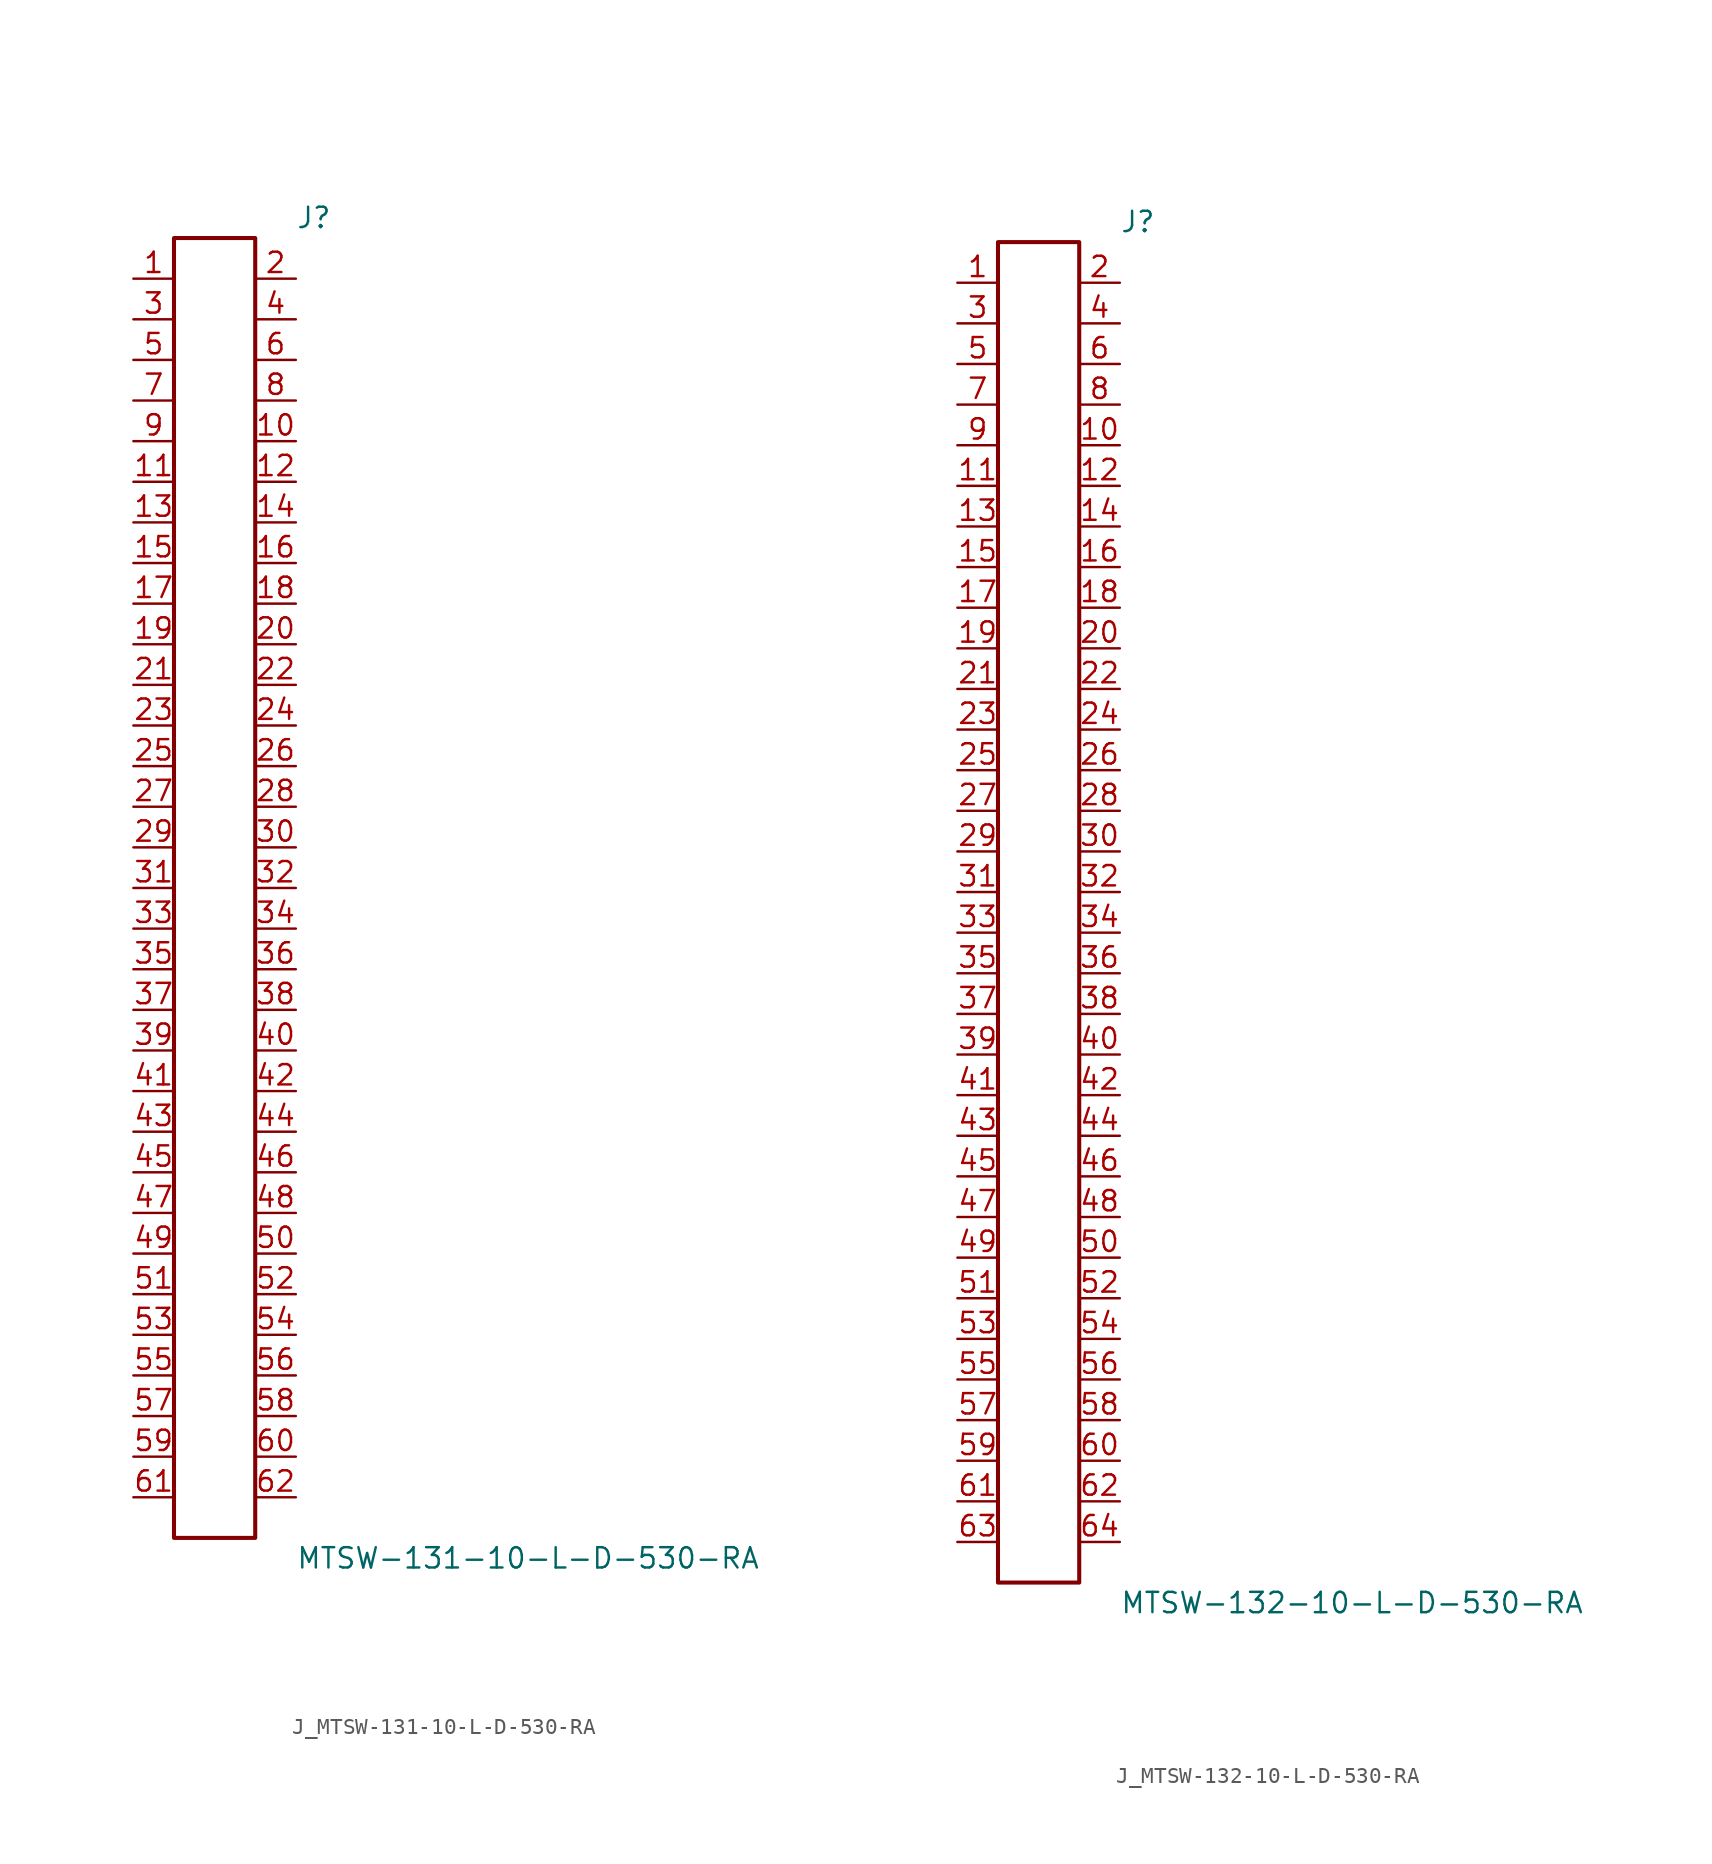
<source format=kicad_sym>
(kicad_symbol_lib
  (version 20231120)
  (generator kicad_symbol_editor)
  (generator_version 8.0)
  (symbol "J_MTSW-131-10-L-D-530-RA"
    (pin_names
      (offset 0.254))
    (property "Reference" "J"
      (at 5.08 41.91 0)
      (effects (font (size 1.27 1.27)) (justify left)))
    (property "Value" "MTSW-131-10-L-D-530-RA"
      (at 5.08 -41.91 0)
      (effects (font (size 1.27 1.27)) (justify left)))
    (symbol "J_MTSW-131-10-L-D-530-RA_0_0"
      (pin passive line (at -5.08 38.1 0) (length 2.54) (name "" (effects (font (size 1.27 1.27)))) (number "1" (effects (font (size 1.27 1.27)))))
      (pin passive line (at 5.08 38.1 180) (length 2.54) (name "" (effects (font (size 1.27 1.27)))) (number "2" (effects (font (size 1.27 1.27)))))
      (pin passive line (at -5.08 35.56 0) (length 2.54) (name "" (effects (font (size 1.27 1.27)))) (number "3" (effects (font (size 1.27 1.27)))))
      (pin passive line (at 5.08 35.56 180) (length 2.54) (name "" (effects (font (size 1.27 1.27)))) (number "4" (effects (font (size 1.27 1.27)))))
      (pin passive line (at -5.08 33.02 0) (length 2.54) (name "" (effects (font (size 1.27 1.27)))) (number "5" (effects (font (size 1.27 1.27)))))
      (pin passive line (at 5.08 33.02 180) (length 2.54) (name "" (effects (font (size 1.27 1.27)))) (number "6" (effects (font (size 1.27 1.27)))))
      (pin passive line (at -5.08 30.48 0) (length 2.54) (name "" (effects (font (size 1.27 1.27)))) (number "7" (effects (font (size 1.27 1.27)))))
      (pin passive line (at 5.08 30.48 180) (length 2.54) (name "" (effects (font (size 1.27 1.27)))) (number "8" (effects (font (size 1.27 1.27)))))
      (pin passive line (at -5.08 27.94 0) (length 2.54) (name "" (effects (font (size 1.27 1.27)))) (number "9" (effects (font (size 1.27 1.27)))))
      (pin passive line (at 5.08 27.94 180) (length 2.54) (name "" (effects (font (size 1.27 1.27)))) (number "10" (effects (font (size 1.27 1.27)))))
      (pin passive line (at -5.08 25.4 0) (length 2.54) (name "" (effects (font (size 1.27 1.27)))) (number "11" (effects (font (size 1.27 1.27)))))
      (pin passive line (at 5.08 25.4 180) (length 2.54) (name "" (effects (font (size 1.27 1.27)))) (number "12" (effects (font (size 1.27 1.27)))))
      (pin passive line (at -5.08 22.86 0) (length 2.54) (name "" (effects (font (size 1.27 1.27)))) (number "13" (effects (font (size 1.27 1.27)))))
      (pin passive line (at 5.08 22.86 180) (length 2.54) (name "" (effects (font (size 1.27 1.27)))) (number "14" (effects (font (size 1.27 1.27)))))
      (pin passive line (at -5.08 20.32 0) (length 2.54) (name "" (effects (font (size 1.27 1.27)))) (number "15" (effects (font (size 1.27 1.27)))))
      (pin passive line (at 5.08 20.32 180) (length 2.54) (name "" (effects (font (size 1.27 1.27)))) (number "16" (effects (font (size 1.27 1.27)))))
      (pin passive line (at -5.08 17.78 0) (length 2.54) (name "" (effects (font (size 1.27 1.27)))) (number "17" (effects (font (size 1.27 1.27)))))
      (pin passive line (at 5.08 17.78 180) (length 2.54) (name "" (effects (font (size 1.27 1.27)))) (number "18" (effects (font (size 1.27 1.27)))))
      (pin passive line (at -5.08 15.24 0) (length 2.54) (name "" (effects (font (size 1.27 1.27)))) (number "19" (effects (font (size 1.27 1.27)))))
      (pin passive line (at 5.08 15.24 180) (length 2.54) (name "" (effects (font (size 1.27 1.27)))) (number "20" (effects (font (size 1.27 1.27)))))
      (pin passive line (at -5.08 12.7 0) (length 2.54) (name "" (effects (font (size 1.27 1.27)))) (number "21" (effects (font (size 1.27 1.27)))))
      (pin passive line (at 5.08 12.7 180) (length 2.54) (name "" (effects (font (size 1.27 1.27)))) (number "22" (effects (font (size 1.27 1.27)))))
      (pin passive line (at -5.08 10.16 0) (length 2.54) (name "" (effects (font (size 1.27 1.27)))) (number "23" (effects (font (size 1.27 1.27)))))
      (pin passive line (at 5.08 10.16 180) (length 2.54) (name "" (effects (font (size 1.27 1.27)))) (number "24" (effects (font (size 1.27 1.27)))))
      (pin passive line (at -5.08 7.62 0) (length 2.54) (name "" (effects (font (size 1.27 1.27)))) (number "25" (effects (font (size 1.27 1.27)))))
      (pin passive line (at 5.08 7.62 180) (length 2.54) (name "" (effects (font (size 1.27 1.27)))) (number "26" (effects (font (size 1.27 1.27)))))
      (pin passive line (at -5.08 5.08 0) (length 2.54) (name "" (effects (font (size 1.27 1.27)))) (number "27" (effects (font (size 1.27 1.27)))))
      (pin passive line (at 5.08 5.08 180) (length 2.54) (name "" (effects (font (size 1.27 1.27)))) (number "28" (effects (font (size 1.27 1.27)))))
      (pin passive line (at -5.08 2.54 0) (length 2.54) (name "" (effects (font (size 1.27 1.27)))) (number "29" (effects (font (size 1.27 1.27)))))
      (pin passive line (at 5.08 2.54 180) (length 2.54) (name "" (effects (font (size 1.27 1.27)))) (number "30" (effects (font (size 1.27 1.27)))))
      (pin passive line (at -5.08 0.0 0) (length 2.54) (name "" (effects (font (size 1.27 1.27)))) (number "31" (effects (font (size 1.27 1.27)))))
      (pin passive line (at 5.08 0.0 180) (length 2.54) (name "" (effects (font (size 1.27 1.27)))) (number "32" (effects (font (size 1.27 1.27)))))
      (pin passive line (at -5.08 -2.54 0) (length 2.54) (name "" (effects (font (size 1.27 1.27)))) (number "33" (effects (font (size 1.27 1.27)))))
      (pin passive line (at 5.08 -2.54 180) (length 2.54) (name "" (effects (font (size 1.27 1.27)))) (number "34" (effects (font (size 1.27 1.27)))))
      (pin passive line (at -5.08 -5.08 0) (length 2.54) (name "" (effects (font (size 1.27 1.27)))) (number "35" (effects (font (size 1.27 1.27)))))
      (pin passive line (at 5.08 -5.08 180) (length 2.54) (name "" (effects (font (size 1.27 1.27)))) (number "36" (effects (font (size 1.27 1.27)))))
      (pin passive line (at -5.08 -7.62 0) (length 2.54) (name "" (effects (font (size 1.27 1.27)))) (number "37" (effects (font (size 1.27 1.27)))))
      (pin passive line (at 5.08 -7.62 180) (length 2.54) (name "" (effects (font (size 1.27 1.27)))) (number "38" (effects (font (size 1.27 1.27)))))
      (pin passive line (at -5.08 -10.16 0) (length 2.54) (name "" (effects (font (size 1.27 1.27)))) (number "39" (effects (font (size 1.27 1.27)))))
      (pin passive line (at 5.08 -10.16 180) (length 2.54) (name "" (effects (font (size 1.27 1.27)))) (number "40" (effects (font (size 1.27 1.27)))))
      (pin passive line (at -5.08 -12.7 0) (length 2.54) (name "" (effects (font (size 1.27 1.27)))) (number "41" (effects (font (size 1.27 1.27)))))
      (pin passive line (at 5.08 -12.7 180) (length 2.54) (name "" (effects (font (size 1.27 1.27)))) (number "42" (effects (font (size 1.27 1.27)))))
      (pin passive line (at -5.08 -15.24 0) (length 2.54) (name "" (effects (font (size 1.27 1.27)))) (number "43" (effects (font (size 1.27 1.27)))))
      (pin passive line (at 5.08 -15.24 180) (length 2.54) (name "" (effects (font (size 1.27 1.27)))) (number "44" (effects (font (size 1.27 1.27)))))
      (pin passive line (at -5.08 -17.78 0) (length 2.54) (name "" (effects (font (size 1.27 1.27)))) (number "45" (effects (font (size 1.27 1.27)))))
      (pin passive line (at 5.08 -17.78 180) (length 2.54) (name "" (effects (font (size 1.27 1.27)))) (number "46" (effects (font (size 1.27 1.27)))))
      (pin passive line (at -5.08 -20.32 0) (length 2.54) (name "" (effects (font (size 1.27 1.27)))) (number "47" (effects (font (size 1.27 1.27)))))
      (pin passive line (at 5.08 -20.32 180) (length 2.54) (name "" (effects (font (size 1.27 1.27)))) (number "48" (effects (font (size 1.27 1.27)))))
      (pin passive line (at -5.08 -22.86 0) (length 2.54) (name "" (effects (font (size 1.27 1.27)))) (number "49" (effects (font (size 1.27 1.27)))))
      (pin passive line (at 5.08 -22.86 180) (length 2.54) (name "" (effects (font (size 1.27 1.27)))) (number "50" (effects (font (size 1.27 1.27)))))
      (pin passive line (at -5.08 -25.4 0) (length 2.54) (name "" (effects (font (size 1.27 1.27)))) (number "51" (effects (font (size 1.27 1.27)))))
      (pin passive line (at 5.08 -25.4 180) (length 2.54) (name "" (effects (font (size 1.27 1.27)))) (number "52" (effects (font (size 1.27 1.27)))))
      (pin passive line (at -5.08 -27.94 0) (length 2.54) (name "" (effects (font (size 1.27 1.27)))) (number "53" (effects (font (size 1.27 1.27)))))
      (pin passive line (at 5.08 -27.94 180) (length 2.54) (name "" (effects (font (size 1.27 1.27)))) (number "54" (effects (font (size 1.27 1.27)))))
      (pin passive line (at -5.08 -30.48 0) (length 2.54) (name "" (effects (font (size 1.27 1.27)))) (number "55" (effects (font (size 1.27 1.27)))))
      (pin passive line (at 5.08 -30.48 180) (length 2.54) (name "" (effects (font (size 1.27 1.27)))) (number "56" (effects (font (size 1.27 1.27)))))
      (pin passive line (at -5.08 -33.02 0) (length 2.54) (name "" (effects (font (size 1.27 1.27)))) (number "57" (effects (font (size 1.27 1.27)))))
      (pin passive line (at 5.08 -33.02 180) (length 2.54) (name "" (effects (font (size 1.27 1.27)))) (number "58" (effects (font (size 1.27 1.27)))))
      (pin passive line (at -5.08 -35.56 0) (length 2.54) (name "" (effects (font (size 1.27 1.27)))) (number "59" (effects (font (size 1.27 1.27)))))
      (pin passive line (at 5.08 -35.56 180) (length 2.54) (name "" (effects (font (size 1.27 1.27)))) (number "60" (effects (font (size 1.27 1.27)))))
      (pin passive line (at -5.08 -38.1 0) (length 2.54) (name "" (effects (font (size 1.27 1.27)))) (number "61" (effects (font (size 1.27 1.27)))))
      (pin passive line (at 5.08 -38.1 180) (length 2.54) (name "" (effects (font (size 1.27 1.27)))) (number "62" (effects (font (size 1.27 1.27))))))
    (symbol "J_MTSW-131-10-L-D-530-RA_1_0"
      (rectangle (start -2.54 40.64) (end 2.54 -40.64) (stroke (width 0.254) (type solid)) (fill (type none)))))
  (symbol "J_MTSW-132-10-L-D-530-RA"
    (pin_names
      (offset 0.254))
    (property "Reference" "J"
      (at 5.08 43.18 0)
      (effects (font (size 1.27 1.27)) (justify left)))
    (property "Value" "MTSW-132-10-L-D-530-RA"
      (at 5.08 -43.18 0)
      (effects (font (size 1.27 1.27)) (justify left)))
    (symbol "J_MTSW-132-10-L-D-530-RA_0_0"
      (pin passive line (at -5.08 39.37 0) (length 2.54) (name "" (effects (font (size 1.27 1.27)))) (number "1" (effects (font (size 1.27 1.27)))))
      (pin passive line (at 5.08 39.37 180) (length 2.54) (name "" (effects (font (size 1.27 1.27)))) (number "2" (effects (font (size 1.27 1.27)))))
      (pin passive line (at -5.08 36.83 0) (length 2.54) (name "" (effects (font (size 1.27 1.27)))) (number "3" (effects (font (size 1.27 1.27)))))
      (pin passive line (at 5.08 36.83 180) (length 2.54) (name "" (effects (font (size 1.27 1.27)))) (number "4" (effects (font (size 1.27 1.27)))))
      (pin passive line (at -5.08 34.29 0) (length 2.54) (name "" (effects (font (size 1.27 1.27)))) (number "5" (effects (font (size 1.27 1.27)))))
      (pin passive line (at 5.08 34.29 180) (length 2.54) (name "" (effects (font (size 1.27 1.27)))) (number "6" (effects (font (size 1.27 1.27)))))
      (pin passive line (at -5.08 31.75 0) (length 2.54) (name "" (effects (font (size 1.27 1.27)))) (number "7" (effects (font (size 1.27 1.27)))))
      (pin passive line (at 5.08 31.75 180) (length 2.54) (name "" (effects (font (size 1.27 1.27)))) (number "8" (effects (font (size 1.27 1.27)))))
      (pin passive line (at -5.08 29.21 0) (length 2.54) (name "" (effects (font (size 1.27 1.27)))) (number "9" (effects (font (size 1.27 1.27)))))
      (pin passive line (at 5.08 29.21 180) (length 2.54) (name "" (effects (font (size 1.27 1.27)))) (number "10" (effects (font (size 1.27 1.27)))))
      (pin passive line (at -5.08 26.67 0) (length 2.54) (name "" (effects (font (size 1.27 1.27)))) (number "11" (effects (font (size 1.27 1.27)))))
      (pin passive line (at 5.08 26.67 180) (length 2.54) (name "" (effects (font (size 1.27 1.27)))) (number "12" (effects (font (size 1.27 1.27)))))
      (pin passive line (at -5.08 24.13 0) (length 2.54) (name "" (effects (font (size 1.27 1.27)))) (number "13" (effects (font (size 1.27 1.27)))))
      (pin passive line (at 5.08 24.13 180) (length 2.54) (name "" (effects (font (size 1.27 1.27)))) (number "14" (effects (font (size 1.27 1.27)))))
      (pin passive line (at -5.08 21.59 0) (length 2.54) (name "" (effects (font (size 1.27 1.27)))) (number "15" (effects (font (size 1.27 1.27)))))
      (pin passive line (at 5.08 21.59 180) (length 2.54) (name "" (effects (font (size 1.27 1.27)))) (number "16" (effects (font (size 1.27 1.27)))))
      (pin passive line (at -5.08 19.05 0) (length 2.54) (name "" (effects (font (size 1.27 1.27)))) (number "17" (effects (font (size 1.27 1.27)))))
      (pin passive line (at 5.08 19.05 180) (length 2.54) (name "" (effects (font (size 1.27 1.27)))) (number "18" (effects (font (size 1.27 1.27)))))
      (pin passive line (at -5.08 16.51 0) (length 2.54) (name "" (effects (font (size 1.27 1.27)))) (number "19" (effects (font (size 1.27 1.27)))))
      (pin passive line (at 5.08 16.51 180) (length 2.54) (name "" (effects (font (size 1.27 1.27)))) (number "20" (effects (font (size 1.27 1.27)))))
      (pin passive line (at -5.08 13.97 0) (length 2.54) (name "" (effects (font (size 1.27 1.27)))) (number "21" (effects (font (size 1.27 1.27)))))
      (pin passive line (at 5.08 13.97 180) (length 2.54) (name "" (effects (font (size 1.27 1.27)))) (number "22" (effects (font (size 1.27 1.27)))))
      (pin passive line (at -5.08 11.43 0) (length 2.54) (name "" (effects (font (size 1.27 1.27)))) (number "23" (effects (font (size 1.27 1.27)))))
      (pin passive line (at 5.08 11.43 180) (length 2.54) (name "" (effects (font (size 1.27 1.27)))) (number "24" (effects (font (size 1.27 1.27)))))
      (pin passive line (at -5.08 8.89 0) (length 2.54) (name "" (effects (font (size 1.27 1.27)))) (number "25" (effects (font (size 1.27 1.27)))))
      (pin passive line (at 5.08 8.89 180) (length 2.54) (name "" (effects (font (size 1.27 1.27)))) (number "26" (effects (font (size 1.27 1.27)))))
      (pin passive line (at -5.08 6.35 0) (length 2.54) (name "" (effects (font (size 1.27 1.27)))) (number "27" (effects (font (size 1.27 1.27)))))
      (pin passive line (at 5.08 6.35 180) (length 2.54) (name "" (effects (font (size 1.27 1.27)))) (number "28" (effects (font (size 1.27 1.27)))))
      (pin passive line (at -5.08 3.81 0) (length 2.54) (name "" (effects (font (size 1.27 1.27)))) (number "29" (effects (font (size 1.27 1.27)))))
      (pin passive line (at 5.08 3.81 180) (length 2.54) (name "" (effects (font (size 1.27 1.27)))) (number "30" (effects (font (size 1.27 1.27)))))
      (pin passive line (at -5.08 1.27 0) (length 2.54) (name "" (effects (font (size 1.27 1.27)))) (number "31" (effects (font (size 1.27 1.27)))))
      (pin passive line (at 5.08 1.27 180) (length 2.54) (name "" (effects (font (size 1.27 1.27)))) (number "32" (effects (font (size 1.27 1.27)))))
      (pin passive line (at -5.08 -1.27 0) (length 2.54) (name "" (effects (font (size 1.27 1.27)))) (number "33" (effects (font (size 1.27 1.27)))))
      (pin passive line (at 5.08 -1.27 180) (length 2.54) (name "" (effects (font (size 1.27 1.27)))) (number "34" (effects (font (size 1.27 1.27)))))
      (pin passive line (at -5.08 -3.81 0) (length 2.54) (name "" (effects (font (size 1.27 1.27)))) (number "35" (effects (font (size 1.27 1.27)))))
      (pin passive line (at 5.08 -3.81 180) (length 2.54) (name "" (effects (font (size 1.27 1.27)))) (number "36" (effects (font (size 1.27 1.27)))))
      (pin passive line (at -5.08 -6.35 0) (length 2.54) (name "" (effects (font (size 1.27 1.27)))) (number "37" (effects (font (size 1.27 1.27)))))
      (pin passive line (at 5.08 -6.35 180) (length 2.54) (name "" (effects (font (size 1.27 1.27)))) (number "38" (effects (font (size 1.27 1.27)))))
      (pin passive line (at -5.08 -8.89 0) (length 2.54) (name "" (effects (font (size 1.27 1.27)))) (number "39" (effects (font (size 1.27 1.27)))))
      (pin passive line (at 5.08 -8.89 180) (length 2.54) (name "" (effects (font (size 1.27 1.27)))) (number "40" (effects (font (size 1.27 1.27)))))
      (pin passive line (at -5.08 -11.43 0) (length 2.54) (name "" (effects (font (size 1.27 1.27)))) (number "41" (effects (font (size 1.27 1.27)))))
      (pin passive line (at 5.08 -11.43 180) (length 2.54) (name "" (effects (font (size 1.27 1.27)))) (number "42" (effects (font (size 1.27 1.27)))))
      (pin passive line (at -5.08 -13.97 0) (length 2.54) (name "" (effects (font (size 1.27 1.27)))) (number "43" (effects (font (size 1.27 1.27)))))
      (pin passive line (at 5.08 -13.97 180) (length 2.54) (name "" (effects (font (size 1.27 1.27)))) (number "44" (effects (font (size 1.27 1.27)))))
      (pin passive line (at -5.08 -16.51 0) (length 2.54) (name "" (effects (font (size 1.27 1.27)))) (number "45" (effects (font (size 1.27 1.27)))))
      (pin passive line (at 5.08 -16.51 180) (length 2.54) (name "" (effects (font (size 1.27 1.27)))) (number "46" (effects (font (size 1.27 1.27)))))
      (pin passive line (at -5.08 -19.05 0) (length 2.54) (name "" (effects (font (size 1.27 1.27)))) (number "47" (effects (font (size 1.27 1.27)))))
      (pin passive line (at 5.08 -19.05 180) (length 2.54) (name "" (effects (font (size 1.27 1.27)))) (number "48" (effects (font (size 1.27 1.27)))))
      (pin passive line (at -5.08 -21.59 0) (length 2.54) (name "" (effects (font (size 1.27 1.27)))) (number "49" (effects (font (size 1.27 1.27)))))
      (pin passive line (at 5.08 -21.59 180) (length 2.54) (name "" (effects (font (size 1.27 1.27)))) (number "50" (effects (font (size 1.27 1.27)))))
      (pin passive line (at -5.08 -24.13 0) (length 2.54) (name "" (effects (font (size 1.27 1.27)))) (number "51" (effects (font (size 1.27 1.27)))))
      (pin passive line (at 5.08 -24.13 180) (length 2.54) (name "" (effects (font (size 1.27 1.27)))) (number "52" (effects (font (size 1.27 1.27)))))
      (pin passive line (at -5.08 -26.67 0) (length 2.54) (name "" (effects (font (size 1.27 1.27)))) (number "53" (effects (font (size 1.27 1.27)))))
      (pin passive line (at 5.08 -26.67 180) (length 2.54) (name "" (effects (font (size 1.27 1.27)))) (number "54" (effects (font (size 1.27 1.27)))))
      (pin passive line (at -5.08 -29.21 0) (length 2.54) (name "" (effects (font (size 1.27 1.27)))) (number "55" (effects (font (size 1.27 1.27)))))
      (pin passive line (at 5.08 -29.21 180) (length 2.54) (name "" (effects (font (size 1.27 1.27)))) (number "56" (effects (font (size 1.27 1.27)))))
      (pin passive line (at -5.08 -31.75 0) (length 2.54) (name "" (effects (font (size 1.27 1.27)))) (number "57" (effects (font (size 1.27 1.27)))))
      (pin passive line (at 5.08 -31.75 180) (length 2.54) (name "" (effects (font (size 1.27 1.27)))) (number "58" (effects (font (size 1.27 1.27)))))
      (pin passive line (at -5.08 -34.29 0) (length 2.54) (name "" (effects (font (size 1.27 1.27)))) (number "59" (effects (font (size 1.27 1.27)))))
      (pin passive line (at 5.08 -34.29 180) (length 2.54) (name "" (effects (font (size 1.27 1.27)))) (number "60" (effects (font (size 1.27 1.27)))))
      (pin passive line (at -5.08 -36.83 0) (length 2.54) (name "" (effects (font (size 1.27 1.27)))) (number "61" (effects (font (size 1.27 1.27)))))
      (pin passive line (at 5.08 -36.83 180) (length 2.54) (name "" (effects (font (size 1.27 1.27)))) (number "62" (effects (font (size 1.27 1.27)))))
      (pin passive line (at -5.08 -39.37 0) (length 2.54) (name "" (effects (font (size 1.27 1.27)))) (number "63" (effects (font (size 1.27 1.27)))))
      (pin passive line (at 5.08 -39.37 180) (length 2.54) (name "" (effects (font (size 1.27 1.27)))) (number "64" (effects (font (size 1.27 1.27))))))
    (symbol "J_MTSW-132-10-L-D-530-RA_1_0"
      (rectangle (start -2.54 41.91) (end 2.54 -41.91) (stroke (width 0.254) (type solid)) (fill (type none))))))
</source>
